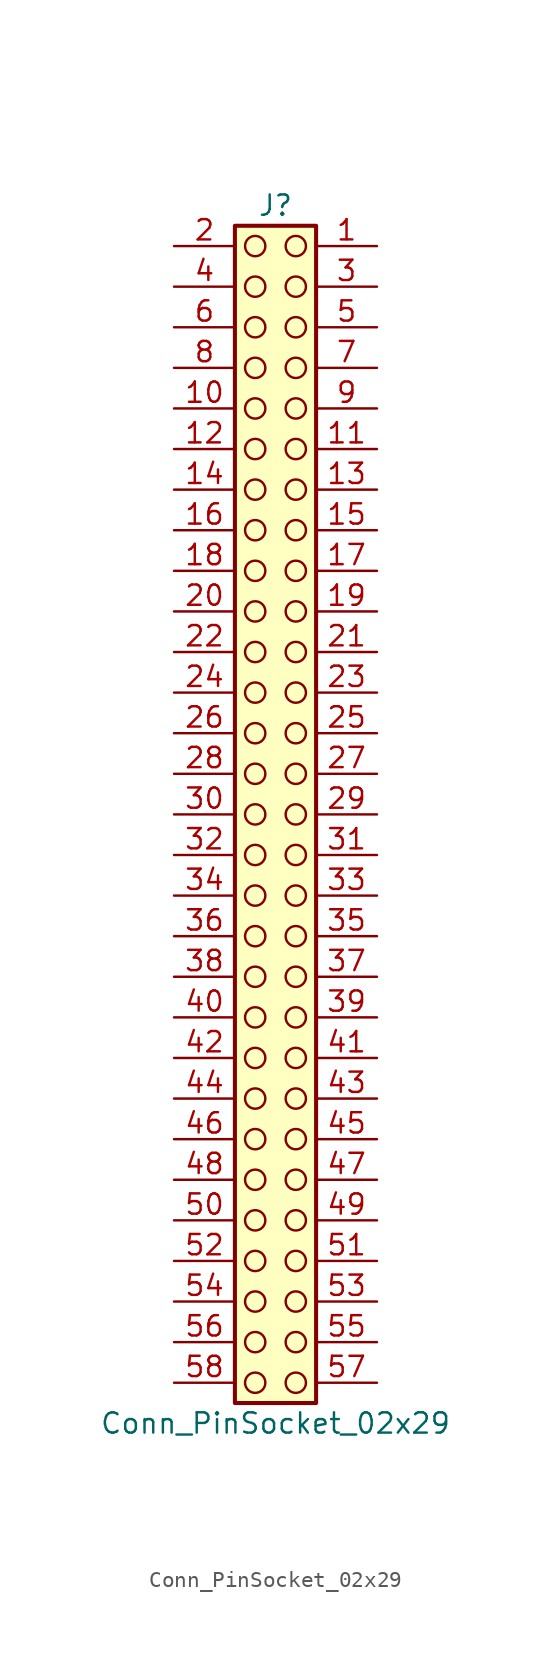
<source format=kicad_sym>
(kicad_symbol_lib
  (version 20241209)
  (generator "kicad_symbol_editor")
  (generator_version "9.0")
  (symbol "Conn_PinSocket_02x29"
    (pin_names
      (offset 1.016)
      (hide yes))
    (property "Reference" "J"
      (at 1.27 38.1 0)
      (effects (font (size 1.27 1.27))))
    (property "Value" "Conn_PinSocket_02x29"
      (at 1.27 -38.1 0)
      (effects (font (size 1.27 1.27))))
    (symbol "Conn_PinSocket_02x29_1_1"
      (rectangle (start -1.27 36.83) (end 3.81 -36.83) (stroke (width 0.254) (type default)) (fill (type background)))
      (circle (center 0 35.56) (radius 0.635) (stroke (width 0) (type solid) (color 132 0 0 1)) (fill (type none)))
      (circle (center 0 33.02) (radius 0.635) (stroke (width 0) (type solid) (color 132 0 0 1)) (fill (type none)))
      (circle (center 0 30.48) (radius 0.635) (stroke (width 0) (type solid) (color 132 0 0 1)) (fill (type none)))
      (circle (center 0 27.94) (radius 0.635) (stroke (width 0) (type solid) (color 132 0 0 1)) (fill (type none)))
      (circle (center 0 25.4) (radius 0.635) (stroke (width 0) (type solid) (color 132 0 0 1)) (fill (type none)))
      (circle (center 0 22.86) (radius 0.635) (stroke (width 0) (type solid) (color 132 0 0 1)) (fill (type none)))
      (circle (center 0 20.32) (radius 0.635) (stroke (width 0) (type solid) (color 132 0 0 1)) (fill (type none)))
      (circle (center 0 17.78) (radius 0.635) (stroke (width 0) (type solid) (color 132 0 0 1)) (fill (type none)))
      (circle (center 0 15.24) (radius 0.635) (stroke (width 0) (type solid) (color 132 0 0 1)) (fill (type none)))
      (circle (center 0 12.7) (radius 0.635) (stroke (width 0) (type solid) (color 132 0 0 1)) (fill (type none)))
      (circle (center 0 10.16) (radius 0.635) (stroke (width 0) (type solid) (color 132 0 0 1)) (fill (type none)))
      (circle (center 0 7.62) (radius 0.635) (stroke (width 0) (type solid) (color 132 0 0 1)) (fill (type none)))
      (circle (center 0 5.08) (radius 0.635) (stroke (width 0) (type solid) (color 132 0 0 1)) (fill (type none)))
      (circle (center 0 2.54) (radius 0.635) (stroke (width 0) (type solid) (color 132 0 0 1)) (fill (type none)))
      (circle (center 0 0) (radius 0.635) (stroke (width 0) (type solid) (color 132 0 0 1)) (fill (type none)))
      (circle (center 0 -2.54) (radius 0.635) (stroke (width 0) (type solid) (color 132 0 0 1)) (fill (type none)))
      (circle (center 0 -5.08) (radius 0.635) (stroke (width 0) (type solid) (color 132 0 0 1)) (fill (type none)))
      (circle (center 0 -7.62) (radius 0.635) (stroke (width 0) (type solid) (color 132 0 0 1)) (fill (type none)))
      (circle (center 0 -10.16) (radius 0.635) (stroke (width 0) (type solid) (color 132 0 0 1)) (fill (type none)))
      (circle (center 0 -12.7) (radius 0.635) (stroke (width 0) (type solid) (color 132 0 0 1)) (fill (type none)))
      (circle (center 0 -15.24) (radius 0.635) (stroke (width 0) (type solid) (color 132 0 0 1)) (fill (type none)))
      (circle (center 0 -17.78) (radius 0.635) (stroke (width 0) (type solid) (color 132 0 0 1)) (fill (type none)))
      (circle (center 0 -20.32) (radius 0.635) (stroke (width 0) (type solid) (color 132 0 0 1)) (fill (type none)))
      (circle (center 0 -22.86) (radius 0.635) (stroke (width 0) (type solid) (color 132 0 0 1)) (fill (type none)))
      (circle (center 0 -25.4) (radius 0.635) (stroke (width 0) (type solid) (color 132 0 0 1)) (fill (type none)))
      (circle (center 0 -27.94) (radius 0.635) (stroke (width 0) (type solid) (color 132 0 0 1)) (fill (type none)))
      (circle (center 0 -30.48) (radius 0.635) (stroke (width 0) (type solid) (color 132 0 0 1)) (fill (type none)))
      (circle (center 0 -33.02) (radius 0.635) (stroke (width 0) (type solid) (color 132 0 0 1)) (fill (type none)))
      (circle (center 0 -35.56) (radius 0.635) (stroke (width 0) (type solid) (color 132 0 0 1)) (fill (type none)))
      (circle (center 2.54 35.56) (radius 0.635) (stroke (width 0) (type solid) (color 132 0 0 1)) (fill (type none)))
      (circle (center 2.54 33.02) (radius 0.635) (stroke (width 0) (type solid) (color 132 0 0 1)) (fill (type none)))
      (circle (center 2.54 30.48) (radius 0.635) (stroke (width 0) (type solid) (color 132 0 0 1)) (fill (type none)))
      (circle (center 2.54 27.94) (radius 0.635) (stroke (width 0) (type solid) (color 132 0 0 1)) (fill (type none)))
      (circle (center 2.54 25.4) (radius 0.635) (stroke (width 0) (type solid) (color 132 0 0 1)) (fill (type none)))
      (circle (center 2.54 22.86) (radius 0.635) (stroke (width 0) (type solid) (color 132 0 0 1)) (fill (type none)))
      (circle (center 2.54 20.32) (radius 0.635) (stroke (width 0) (type solid) (color 132 0 0 1)) (fill (type none)))
      (circle (center 2.54 17.78) (radius 0.635) (stroke (width 0) (type solid) (color 132 0 0 1)) (fill (type none)))
      (circle (center 2.54 15.24) (radius 0.635) (stroke (width 0) (type solid) (color 132 0 0 1)) (fill (type none)))
      (circle (center 2.54 12.7) (radius 0.635) (stroke (width 0) (type solid) (color 132 0 0 1)) (fill (type none)))
      (circle (center 2.54 10.16) (radius 0.635) (stroke (width 0) (type solid) (color 132 0 0 1)) (fill (type none)))
      (circle (center 2.54 7.62) (radius 0.635) (stroke (width 0) (type solid) (color 132 0 0 1)) (fill (type none)))
      (circle (center 2.54 5.08) (radius 0.635) (stroke (width 0) (type solid) (color 132 0 0 1)) (fill (type none)))
      (circle (center 2.54 2.54) (radius 0.635) (stroke (width 0) (type solid) (color 132 0 0 1)) (fill (type none)))
      (circle (center 2.54 0) (radius 0.635) (stroke (width 0) (type solid) (color 132 0 0 1)) (fill (type none)))
      (circle (center 2.54 -2.54) (radius 0.635) (stroke (width 0) (type solid) (color 132 0 0 1)) (fill (type none)))
      (circle (center 2.54 -5.08) (radius 0.635) (stroke (width 0) (type solid) (color 132 0 0 1)) (fill (type none)))
      (circle (center 2.54 -7.62) (radius 0.635) (stroke (width 0) (type solid) (color 132 0 0 1)) (fill (type none)))
      (circle (center 2.54 -10.16) (radius 0.635) (stroke (width 0) (type solid) (color 132 0 0 1)) (fill (type none)))
      (circle (center 2.54 -12.7) (radius 0.635) (stroke (width 0) (type solid) (color 132 0 0 1)) (fill (type none)))
      (circle (center 2.54 -15.24) (radius 0.635) (stroke (width 0) (type solid) (color 132 0 0 1)) (fill (type none)))
      (circle (center 2.54 -17.78) (radius 0.635) (stroke (width 0) (type solid) (color 132 0 0 1)) (fill (type none)))
      (circle (center 2.54 -20.32) (radius 0.635) (stroke (width 0) (type solid) (color 132 0 0 1)) (fill (type none)))
      (circle (center 2.54 -22.86) (radius 0.635) (stroke (width 0) (type solid) (color 132 0 0 1)) (fill (type none)))
      (circle (center 2.54 -25.4) (radius 0.635) (stroke (width 0) (type solid) (color 132 0 0 1)) (fill (type none)))
      (circle (center 2.54 -27.94) (radius 0.635) (stroke (width 0) (type solid) (color 132 0 0 1)) (fill (type none)))
      (circle (center 2.54 -30.48) (radius 0.635) (stroke (width 0) (type solid) (color 132 0 0 1)) (fill (type none)))
      (circle (center 2.54 -33.02) (radius 0.635) (stroke (width 0) (type solid) (color 132 0 0 1)) (fill (type none)))
      (circle (center 2.54 -35.56) (radius 0.635) (stroke (width 0) (type solid) (color 132 0 0 1)) (fill (type none)))
      (pin passive line (at -5.08 35.56 0) (length 3.81) (name "Pin_2" (effects (font (size 1.27 1.27)))) (number "2" (effects (font (size 1.27 1.27)))))
      (pin passive line (at -5.08 33.02 0) (length 3.81) (name "Pin_4" (effects (font (size 1.27 1.27)))) (number "4" (effects (font (size 1.27 1.27)))))
      (pin passive line (at -5.08 30.48 0) (length 3.81) (name "Pin_6" (effects (font (size 1.27 1.27)))) (number "6" (effects (font (size 1.27 1.27)))))
      (pin passive line (at -5.08 27.94 0) (length 3.81) (name "Pin_8" (effects (font (size 1.27 1.27)))) (number "8" (effects (font (size 1.27 1.27)))))
      (pin passive line (at -5.08 25.4 0) (length 3.81) (name "Pin_10" (effects (font (size 1.27 1.27)))) (number "10" (effects (font (size 1.27 1.27)))))
      (pin passive line (at -5.08 22.86 0) (length 3.81) (name "Pin_12" (effects (font (size 1.27 1.27)))) (number "12" (effects (font (size 1.27 1.27)))))
      (pin passive line (at -5.08 20.32 0) (length 3.81) (name "Pin_14" (effects (font (size 1.27 1.27)))) (number "14" (effects (font (size 1.27 1.27)))))
      (pin passive line (at -5.08 17.78 0) (length 3.81) (name "Pin_16" (effects (font (size 1.27 1.27)))) (number "16" (effects (font (size 1.27 1.27)))))
      (pin passive line (at -5.08 15.24 0) (length 3.81) (name "Pin_18" (effects (font (size 1.27 1.27)))) (number "18" (effects (font (size 1.27 1.27)))))
      (pin passive line (at -5.08 12.7 0) (length 3.81) (name "Pin_20" (effects (font (size 1.27 1.27)))) (number "20" (effects (font (size 1.27 1.27)))))
      (pin passive line (at -5.08 10.16 0) (length 3.81) (name "Pin_22" (effects (font (size 1.27 1.27)))) (number "22" (effects (font (size 1.27 1.27)))))
      (pin passive line (at -5.08 7.62 0) (length 3.81) (name "Pin_24" (effects (font (size 1.27 1.27)))) (number "24" (effects (font (size 1.27 1.27)))))
      (pin passive line (at -5.08 5.08 0) (length 3.81) (name "Pin_26" (effects (font (size 1.27 1.27)))) (number "26" (effects (font (size 1.27 1.27)))))
      (pin passive line (at -5.08 2.54 0) (length 3.81) (name "Pin_28" (effects (font (size 1.27 1.27)))) (number "28" (effects (font (size 1.27 1.27)))))
      (pin passive line (at -5.08 0 0) (length 3.81) (name "Pin_30" (effects (font (size 1.27 1.27)))) (number "30" (effects (font (size 1.27 1.27)))))
      (pin passive line (at -5.08 -2.54 0) (length 3.81) (name "Pin_32" (effects (font (size 1.27 1.27)))) (number "32" (effects (font (size 1.27 1.27)))))
      (pin passive line (at -5.08 -5.08 0) (length 3.81) (name "Pin_34" (effects (font (size 1.27 1.27)))) (number "34" (effects (font (size 1.27 1.27)))))
      (pin passive line (at -5.08 -7.62 0) (length 3.81) (name "Pin_36" (effects (font (size 1.27 1.27)))) (number "36" (effects (font (size 1.27 1.27)))))
      (pin passive line (at -5.08 -10.16 0) (length 3.81) (name "Pin_38" (effects (font (size 1.27 1.27)))) (number "38" (effects (font (size 1.27 1.27)))))
      (pin passive line (at -5.08 -12.7 0) (length 3.81) (name "Pin_40" (effects (font (size 1.27 1.27)))) (number "40" (effects (font (size 1.27 1.27)))))
      (pin passive line (at -5.08 -15.24 0) (length 3.81) (name "Pin_42" (effects (font (size 1.27 1.27)))) (number "42" (effects (font (size 1.27 1.27)))))
      (pin passive line (at -5.08 -17.78 0) (length 3.81) (name "Pin_44" (effects (font (size 1.27 1.27)))) (number "44" (effects (font (size 1.27 1.27)))))
      (pin passive line (at -5.08 -20.32 0) (length 3.81) (name "Pin_46" (effects (font (size 1.27 1.27)))) (number "46" (effects (font (size 1.27 1.27)))))
      (pin passive line (at -5.08 -22.86 0) (length 3.81) (name "Pin_48" (effects (font (size 1.27 1.27)))) (number "48" (effects (font (size 1.27 1.27)))))
      (pin passive line (at -5.08 -25.4 0) (length 3.81) (name "Pin_50" (effects (font (size 1.27 1.27)))) (number "50" (effects (font (size 1.27 1.27)))))
      (pin passive line (at -5.08 -27.94 0) (length 3.81) (name "Pin_52" (effects (font (size 1.27 1.27)))) (number "52" (effects (font (size 1.27 1.27)))))
      (pin passive line (at -5.08 -30.48 0) (length 3.81) (name "Pin_54" (effects (font (size 1.27 1.27)))) (number "54" (effects (font (size 1.27 1.27)))))
      (pin passive line (at -5.08 -33.02 0) (length 3.81) (name "Pin_56" (effects (font (size 1.27 1.27)))) (number "56" (effects (font (size 1.27 1.27)))))
      (pin passive line (at -5.08 -35.56 0) (length 3.81) (name "Pin_58" (effects (font (size 1.27 1.27)))) (number "58" (effects (font (size 1.27 1.27)))))
      (pin passive line (at 7.62 35.56 180) (length 3.81) (name "Pin_1" (effects (font (size 1.27 1.27)))) (number "1" (effects (font (size 1.27 1.27)))))
      (pin passive line (at 7.62 33.02 180) (length 3.81) (name "Pin_3" (effects (font (size 1.27 1.27)))) (number "3" (effects (font (size 1.27 1.27)))))
      (pin passive line (at 7.62 30.48 180) (length 3.81) (name "Pin_5" (effects (font (size 1.27 1.27)))) (number "5" (effects (font (size 1.27 1.27)))))
      (pin passive line (at 7.62 27.94 180) (length 3.81) (name "Pin_7" (effects (font (size 1.27 1.27)))) (number "7" (effects (font (size 1.27 1.27)))))
      (pin passive line (at 7.62 25.4 180) (length 3.81) (name "Pin_9" (effects (font (size 1.27 1.27)))) (number "9" (effects (font (size 1.27 1.27)))))
      (pin passive line (at 7.62 22.86 180) (length 3.81) (name "Pin_11" (effects (font (size 1.27 1.27)))) (number "11" (effects (font (size 1.27 1.27)))))
      (pin passive line (at 7.62 20.32 180) (length 3.81) (name "Pin_13" (effects (font (size 1.27 1.27)))) (number "13" (effects (font (size 1.27 1.27)))))
      (pin passive line (at 7.62 17.78 180) (length 3.81) (name "Pin_15" (effects (font (size 1.27 1.27)))) (number "15" (effects (font (size 1.27 1.27)))))
      (pin passive line (at 7.62 15.24 180) (length 3.81) (name "Pin_17" (effects (font (size 1.27 1.27)))) (number "17" (effects (font (size 1.27 1.27)))))
      (pin passive line (at 7.62 12.7 180) (length 3.81) (name "Pin_19" (effects (font (size 1.27 1.27)))) (number "19" (effects (font (size 1.27 1.27)))))
      (pin passive line (at 7.62 10.16 180) (length 3.81) (name "Pin_21" (effects (font (size 1.27 1.27)))) (number "21" (effects (font (size 1.27 1.27)))))
      (pin passive line (at 7.62 7.62 180) (length 3.81) (name "Pin_23" (effects (font (size 1.27 1.27)))) (number "23" (effects (font (size 1.27 1.27)))))
      (pin passive line (at 7.62 5.08 180) (length 3.81) (name "Pin_25" (effects (font (size 1.27 1.27)))) (number "25" (effects (font (size 1.27 1.27)))))
      (pin passive line (at 7.62 2.54 180) (length 3.81) (name "Pin_27" (effects (font (size 1.27 1.27)))) (number "27" (effects (font (size 1.27 1.27)))))
      (pin passive line (at 7.62 0 180) (length 3.81) (name "Pin_29" (effects (font (size 1.27 1.27)))) (number "29" (effects (font (size 1.27 1.27)))))
      (pin passive line (at 7.62 -2.54 180) (length 3.81) (name "Pin_31" (effects (font (size 1.27 1.27)))) (number "31" (effects (font (size 1.27 1.27)))))
      (pin passive line (at 7.62 -5.08 180) (length 3.81) (name "Pin_33" (effects (font (size 1.27 1.27)))) (number "33" (effects (font (size 1.27 1.27)))))
      (pin passive line (at 7.62 -7.62 180) (length 3.81) (name "Pin_35" (effects (font (size 1.27 1.27)))) (number "35" (effects (font (size 1.27 1.27)))))
      (pin passive line (at 7.62 -10.16 180) (length 3.81) (name "Pin_37" (effects (font (size 1.27 1.27)))) (number "37" (effects (font (size 1.27 1.27)))))
      (pin passive line (at 7.62 -12.7 180) (length 3.81) (name "Pin_39" (effects (font (size 1.27 1.27)))) (number "39" (effects (font (size 1.27 1.27)))))
      (pin passive line (at 7.62 -15.24 180) (length 3.81) (name "Pin_41" (effects (font (size 1.27 1.27)))) (number "41" (effects (font (size 1.27 1.27)))))
      (pin passive line (at 7.62 -17.78 180) (length 3.81) (name "Pin_43" (effects (font (size 1.27 1.27)))) (number "43" (effects (font (size 1.27 1.27)))))
      (pin passive line (at 7.62 -20.32 180) (length 3.81) (name "Pin_45" (effects (font (size 1.27 1.27)))) (number "45" (effects (font (size 1.27 1.27)))))
      (pin passive line (at 7.62 -22.86 180) (length 3.81) (name "Pin_47" (effects (font (size 1.27 1.27)))) (number "47" (effects (font (size 1.27 1.27)))))
      (pin passive line (at 7.62 -25.4 180) (length 3.81) (name "Pin_49" (effects (font (size 1.27 1.27)))) (number "49" (effects (font (size 1.27 1.27)))))
      (pin passive line (at 7.62 -27.94 180) (length 3.81) (name "Pin_51" (effects (font (size 1.27 1.27)))) (number "51" (effects (font (size 1.27 1.27)))))
      (pin passive line (at 7.62 -30.48 180) (length 3.81) (name "Pin_53" (effects (font (size 1.27 1.27)))) (number "53" (effects (font (size 1.27 1.27)))))
      (pin passive line (at 7.62 -33.02 180) (length 3.81) (name "Pin_55" (effects (font (size 1.27 1.27)))) (number "55" (effects (font (size 1.27 1.27)))))
      (pin passive line (at 7.62 -35.56 180) (length 3.81) (name "Pin_57" (effects (font (size 1.27 1.27)))) (number "57" (effects (font (size 1.27 1.27))))))))
</source>
